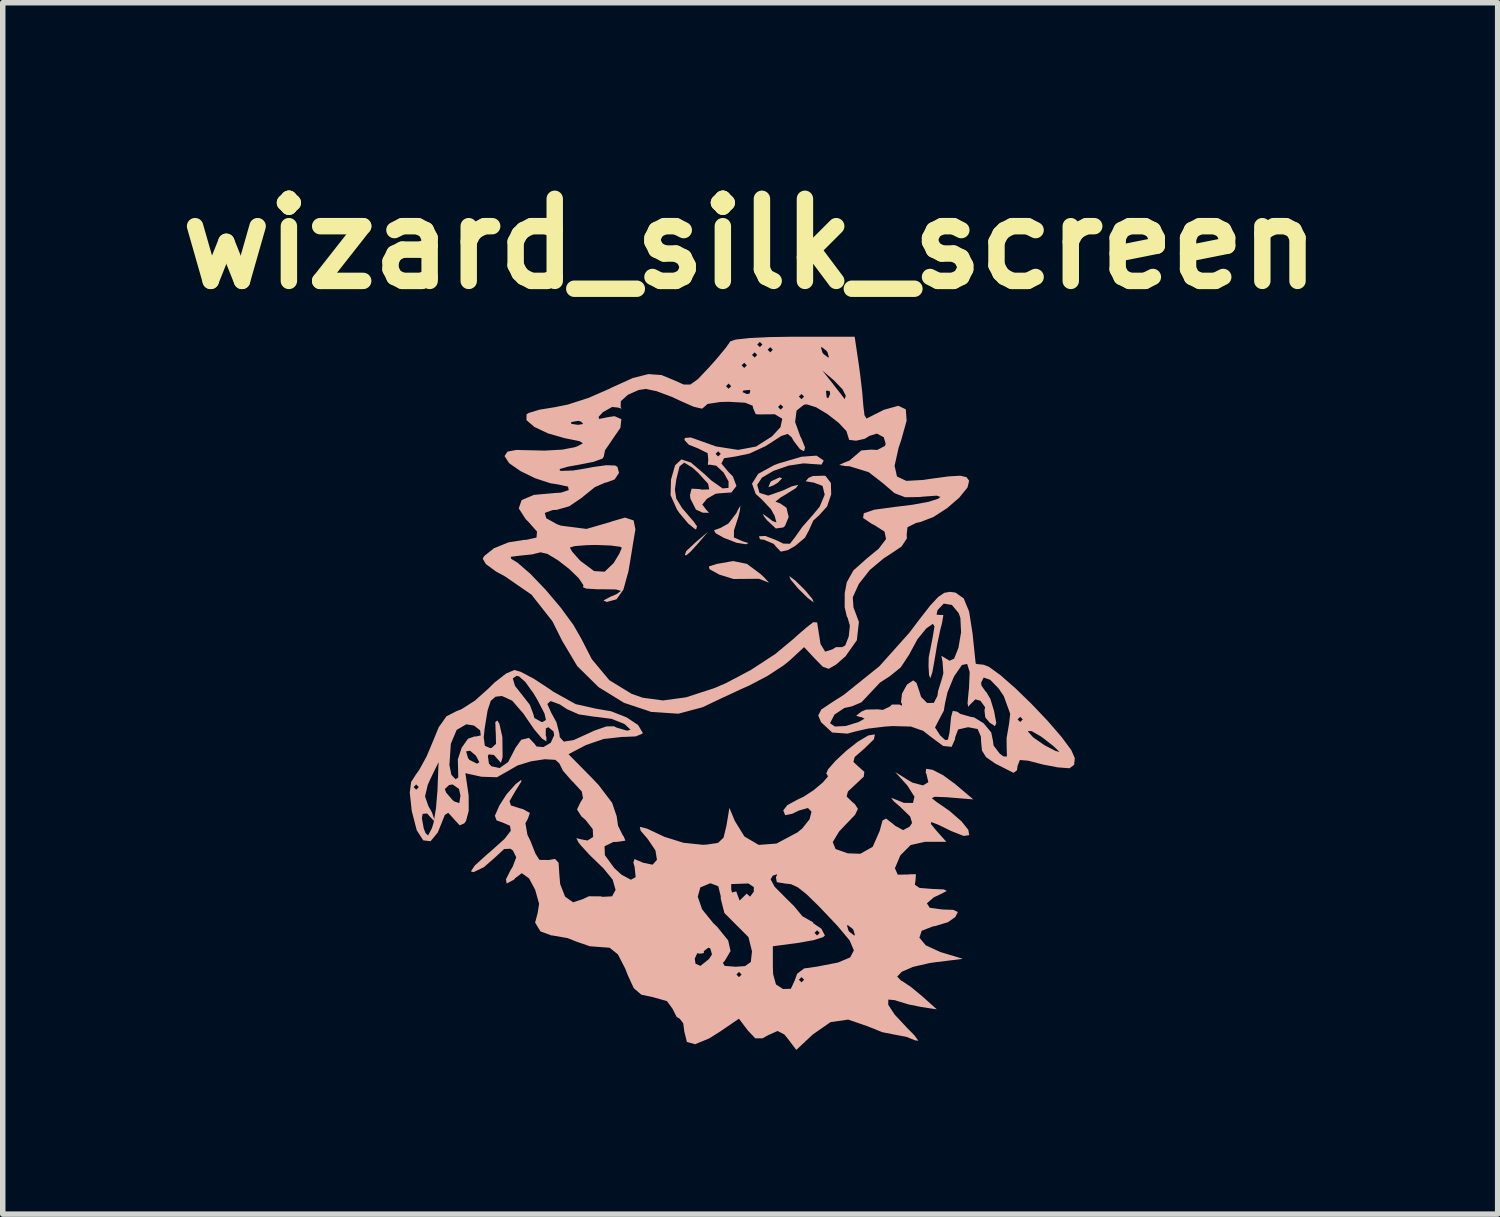
<source format=kicad_pcb>
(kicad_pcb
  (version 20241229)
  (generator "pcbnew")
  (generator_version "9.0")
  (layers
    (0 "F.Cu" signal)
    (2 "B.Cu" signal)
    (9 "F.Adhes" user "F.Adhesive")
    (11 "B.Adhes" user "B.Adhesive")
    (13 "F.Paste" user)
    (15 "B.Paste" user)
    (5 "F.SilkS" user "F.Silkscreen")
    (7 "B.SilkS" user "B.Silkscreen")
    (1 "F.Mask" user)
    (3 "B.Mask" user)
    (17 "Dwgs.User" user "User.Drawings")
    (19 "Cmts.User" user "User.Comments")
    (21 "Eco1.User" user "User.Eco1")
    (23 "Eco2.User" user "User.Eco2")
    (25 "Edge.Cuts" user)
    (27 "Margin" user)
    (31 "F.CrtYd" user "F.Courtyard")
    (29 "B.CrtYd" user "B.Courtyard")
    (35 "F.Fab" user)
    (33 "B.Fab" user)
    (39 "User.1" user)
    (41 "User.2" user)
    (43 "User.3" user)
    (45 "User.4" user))
  (footprint "wizard_silk_screen"
    (layer "F.Cu")
    (at 10.657 9.904)
    (property "Reference" "wizard_silk_screen" (at 0 -8.5 0) (layer "F.SilkS") (effects (font (size 1.5 1.5) (thickness 0.3))))
    (attr board_only exclude_from_pos_files exclude_from_bom)
    (fp_poly (pts (xy -0.989 -3.053) (xy -1.169 -2.885) (xy -1.195 -2.811) (xy -1.171 -2.806) (xy -1.093 -2.871) (xy -0.957 -3.02) (xy -0.775 -3.234)) (stroke (width 0) (type solid)) (fill yes) (layer "B.SilkS"))
    (fp_poly (pts (xy 0.387 -4.164) (xy 0.366 -4.138) (xy 0.333 -4.053) (xy 0.423 -4.085) (xy 0.509 -4.138) (xy 0.582 -4.215) (xy 0.538 -4.232)) (stroke (width 0) (type solid)) (fill yes) (layer "B.SilkS"))
    (fp_poly (pts (xy 0.738 -2.366) (xy 0.861 -2.219) (xy 0.889 -2.188) (xy 1.052 -2.028) (xy 1.155 -1.951) (xy 1.16 -1.95) (xy 1.136 -2.01) (xy 1.014 -2.157) (xy 0.985 -2.188) (xy 0.822 -2.348) (xy 0.719 -2.425) (xy 0.714 -2.426)) (stroke (width 0) (type solid)) (fill yes) (layer "B.SilkS"))
    (fp_poly (pts (xy -0.612 -2.65) (xy -0.754 -2.605) (xy -0.745 -2.556) (xy -0.578 -2.462) (xy -0.568 -2.456) (xy -0.305 -2.375) (xy -0.08 -2.377) (xy 0.16 -2.379) (xy 0.304 -2.323) (xy 0.344 -2.307) (xy 0.26 -2.399) (xy 0.194 -2.462) (xy -0.059 -2.651) (xy -0.312 -2.703)) (stroke (width 0) (type solid)) (fill yes) (layer "B.SilkS"))
    (fp_poly (pts (xy -0.224 -3.64) (xy -0.25 -3.582) (xy -0.397 -3.39) (xy -0.541 -3.309) (xy -0.661 -3.266) (xy -0.632 -3.211) (xy -0.482 -3.127) (xy -0.247 -3.036) (xy -0.075 -3.01) (xy -0.032 -3.032) (xy -0.14 -3.065) (xy -0.298 -3.134) (xy -0.296 -3.266) (xy -0.22 -3.499) (xy -0.191 -3.615) (xy -0.179 -3.714)) (stroke (width 0) (type solid)) (fill yes) (layer "B.SilkS"))
    (fp_poly (pts (xy 1.146 -4.257) (xy 1.066 -4.223) (xy 1.013 -4.161) (xy 1.136 -4.14) (xy 1.151 -4.14) (xy 1.322 -4.076) (xy 1.361 -3.915) (xy 1.269 -3.696) (xy 1.144 -3.545) (xy 0.953 -3.329) (xy 0.819 -3.139) (xy 0.726 -3.019) (xy 0.604 -3.022) (xy 0.47 -3.087) (xy 0.275 -3.162) (xy 0.16 -3.155) (xy 0.179 -3.101) (xy 0.251 -3.092) (xy 0.429 -3.017) (xy 0.481 -2.955) (xy 0.559 -2.875) (xy 0.685 -2.902) (xy 0.818 -2.977) (xy 1.001 -3.13) (xy 1.08 -3.278) (xy 1.08 -3.281) (xy 1.153 -3.444) (xy 1.258 -3.538) (xy 1.405 -3.701) (xy 1.48 -3.922) (xy 1.474 -4.13) (xy 1.378 -4.256) (xy 1.358 -4.263)) (stroke (width 0) (type solid)) (fill yes) (layer "B.SilkS"))
    (fp_poly (pts (xy 0.936 -4.609) (xy 0.521 -4.487) (xy 0.438 -4.456) (xy 0.146 -4.297) (xy 0.033 -4.117) (xy 0.101 -3.928) (xy 0.206 -3.834) (xy 0.379 -3.651) (xy 0.446 -3.53) (xy 0.479 -3.409) (xy 0.411 -3.432) (xy 0.345 -3.483) (xy 0.23 -3.566) (xy 0.252 -3.519) (xy 0.307 -3.449) (xy 0.468 -3.298) (xy 0.604 -3.317) (xy 0.636 -3.345) (xy 0.703 -3.508) (xy 0.663 -3.677) (xy 0.54 -3.761) (xy 0.533 -3.761) (xy 0.462 -3.789) (xy 0.561 -3.869) (xy 0.628 -3.907) (xy 0.836 -4.037) (xy 0.88 -4.097) (xy 0.765 -4.07) (xy 0.601 -3.994) (xy 0.329 -3.899) (xy 0.17 -3.948) (xy 0.128 -4.095) (xy 0.213 -4.226) (xy 0.424 -4.351) (xy 0.699 -4.446) (xy 0.977 -4.488) (xy 1.111 -4.478) (xy 1.303 -4.465) (xy 1.341 -4.535) (xy 1.338 -4.543) (xy 1.212 -4.629)) (stroke (width 0) (type solid)) (fill yes) (layer "B.SilkS"))
    (fp_poly (pts (xy 3.545 -2.122) (xy 3.436 -2.048) (xy 3.29 -1.891) (xy 3.08 -1.622) (xy 2.909 -1.395) (xy 2.361 -0.782) (xy 1.708 -0.257) (xy 1.498 -0.124) (xy 1.299 0.01) (xy 1.243 0.119) (xy 1.295 0.242) (xy 1.498 0.43) (xy 1.778 0.45) (xy 1.919 0.411) (xy 2.148 0.359) (xy 2.466 0.321) (xy 2.605 0.312) (xy 2.935 0.321) (xy 3.16 0.399) (xy 3.293 0.503) (xy 3.526 0.676) (xy 3.68 0.692) (xy 3.743 0.551) (xy 3.743 0.523) (xy 3.799 0.374) (xy 3.981 0.333) (xy 4.155 0.366) (xy 4.215 0.504) (xy 4.219 0.602) (xy 4.235 0.76) (xy 4.309 0.88) (xy 4.479 0.998) (xy 4.782 1.152) (xy 4.814 1.166) (xy 4.874 1.12) (xy 4.885 1.041) (xy 4.927 0.932) (xy 5.083 0.945) (xy 5.099 0.95) (xy 5.351 1.015) (xy 5.622 1.067) (xy 5.834 1.083) (xy 5.919 1.02) (xy 5.931 0.898) (xy 5.881 0.784) (xy 5.646 0.784) (xy 5.575 0.765) (xy 5.399 0.673) (xy 5.361 0.651) (xy 5.17 0.518) (xy 5.077 0.414) (xy 5.075 0.405) (xy 5.141 0.404) (xy 5.305 0.498) (xy 5.361 0.538) (xy 5.546 0.683) (xy 5.642 0.776) (xy 5.646 0.784) (xy 5.881 0.784) (xy 5.865 0.749) (xy 5.689 0.511) (xy 5.437 0.22) (xy 5.409 0.19) (xy 4.98 0.19) (xy 4.933 0.238) (xy 4.885 0.19) (xy 4.933 0.143) (xy 4.98 0.19) (xy 5.409 0.19) (xy 5.311 0.087) (xy 4.75 0.087) (xy 4.731 0.263) (xy 4.684 0.534) (xy 4.686 0.709) (xy 4.691 0.868) (xy 4.626 0.866) (xy 4.558 0.814) (xy 4.447 0.668) (xy 4.436 0.585) (xy 4.404 0.429) (xy 4.266 0.261) (xy 4.09 0.153) (xy 4.027 0.143) (xy 3.835 0.088) (xy 3.783 0.049) (xy 3.701 0.035) (xy 3.671 0.144) (xy 3.642 0.43) (xy 3.613 0.56) (xy 3.564 0.568) (xy 3.476 0.487) (xy 3.47 0.481) (xy 3.377 0.338) (xy 3.438 0.219) (xy 3.537 0.032) (xy 3.557 -0.09) (xy 3.604 -0.303) (xy 3.713 -0.569) (xy 3.733 -0.608) (xy 3.869 -0.804) (xy 3.964 -0.823) (xy 4.01 -0.675) (xy 3.997 -0.37) (xy 3.989 -0.306) (xy 3.971 -0.101) (xy 3.986 -0.037) (xy 4.005 -0.068) (xy 4.115 -0.176) (xy 4.207 -0.15) (xy 4.292 -0.032) (xy 4.28 0.026) (xy 4.295 0.154) (xy 4.375 0.249) (xy 4.472 0.314) (xy 4.496 0.257) (xy 4.458 0.048) (xy 4.458 0.046) (xy 4.389 -0.183) (xy 4.313 -0.311) (xy 4.303 -0.317) (xy 4.226 -0.426) (xy 4.219 -0.481) (xy 4.266 -0.575) (xy 4.385 -0.533) (xy 4.539 -0.375) (xy 4.634 -0.234) (xy 4.75 0.087) (xy 5.311 0.087) (xy 5.144 -0.089) (xy 4.843 -0.381) (xy 4.57 -0.62) (xy 4.358 -0.773) (xy 4.262 -0.809) (xy 4.135 -0.822) (xy 4.12 -0.832) (xy 4.109 -0.932) (xy 4.085 -1.164) (xy 4.063 -1.379) (xy 4.059 -1.403) (xy 3.853 -1.403) (xy 3.805 -1.119) (xy 3.726 -0.92) (xy 3.642 -0.882) (xy 3.583 -0.918) (xy 3.493 -0.972) (xy 3.512 -0.873) (xy 3.514 -0.87) (xy 3.529 -0.651) (xy 3.501 -0.547) (xy 3.433 -0.328) (xy 3.42 -0.238) (xy 3.355 -0.112) (xy 3.232 -0.11) (xy 3.123 -0.219) (xy 3.095 -0.309) (xy 3.039 -0.476) (xy 2.979 -0.523) (xy 2.865 -0.447) (xy 2.774 -0.282) (xy 2.755 -0.126) (xy 2.772 -0.092) (xy 2.773 -0.06) (xy 2.727 -0.081) (xy 2.589 -0.081) (xy 2.553 -0.045) (xy 2.422 0.017) (xy 2.332 0.006) (xy 2.118 0.011) (xy 2.031 0.048) (xy 1.936 0.123) (xy 2.008 0.146) (xy 2.031 0.148) (xy 2.09 0.176) (xy 1.983 0.238) (xy 1.743 0.311) (xy 1.547 0.32) (xy 1.461 0.262) (xy 1.46 0.257) (xy 1.54 0.102) (xy 1.722 -0.019) (xy 1.858 -0.048) (xy 2.031 -0.121) (xy 2.173 -0.271) (xy 2.372 -0.483) (xy 2.553 -0.6) (xy 2.751 -0.761) (xy 2.911 -1.004) (xy 2.917 -1.019) (xy 3.057 -1.276) (xy 3.215 -1.469) (xy 3.221 -1.475) (xy 3.338 -1.557) (xy 3.367 -1.509) (xy 3.337 -1.326) (xy 3.291 -1.092) (xy 3.262 -0.945) (xy 3.258 -0.788) (xy 3.268 -0.618) (xy 3.292 -0.562) (xy 3.329 -0.675) (xy 3.362 -0.86) (xy 3.418 -1.188) (xy 3.478 -1.47) (xy 3.503 -1.561) (xy 3.53 -1.717) (xy 3.469 -1.719) (xy 3.405 -1.723) (xy 3.423 -1.807) (xy 3.537 -1.926) (xy 3.686 -1.9) (xy 3.811 -1.749) (xy 3.84 -1.664) (xy 3.853 -1.403) (xy 4.059 -1.403) (xy 4 -1.78) (xy 3.901 -2.02) (xy 3.749 -2.128) (xy 3.644 -2.14)) (stroke (width 0) (type solid)) (fill yes) (layer "B.SilkS"))
    (fp_poly (pts (xy 0.349 -6.795) (xy -0.016 -6.777) (xy -0.266 -6.75) (xy -0.363 -6.718) (xy -0.441 -6.606) (xy -0.606 -6.406) (xy -0.748 -6.246) (xy -0.955 -6.027) (xy -1.093 -5.928) (xy -1.215 -5.928) (xy -1.366 -5.996) (xy -1.619 -6.101) (xy -1.861 -6.119) (xy -2.145 -6.047) (xy -2.525 -5.875) (xy -2.583 -5.846) (xy -2.954 -5.684) (xy -3.333 -5.562) (xy -3.577 -5.513) (xy -3.854 -5.468) (xy -4.049 -5.408) (xy -4.087 -5.383) (xy -4.088 -5.278) (xy -3.945 -5.154) (xy -3.696 -5.036) (xy -3.382 -4.946) (xy -3.348 -4.94) (xy -3.118 -4.893) (xy -3.057 -4.855) (xy -3.145 -4.806) (xy -3.205 -4.783) (xy -3.433 -4.739) (xy -3.76 -4.721) (xy -3.962 -4.726) (xy -4.273 -4.733) (xy -4.434 -4.703) (xy -4.485 -4.627) (xy -4.485 -4.615) (xy -4.404 -4.491) (xy -4.198 -4.347) (xy -3.927 -4.215) (xy -3.649 -4.124) (xy -3.511 -4.103) (xy -3.329 -4.063) (xy -3.315 -4) (xy -3.457 -3.953) (xy -3.558 -3.947) (xy -3.951 -3.912) (xy -4.176 -3.817) (xy -4.229 -3.666) (xy -4.102 -3.468) (xy -4.057 -3.425) (xy -3.895 -3.241) (xy -3.905 -3.132) (xy -4.089 -3.091) (xy -4.129 -3.09) (xy -4.415 -3.045) (xy -4.683 -2.936) (xy -4.86 -2.795) (xy -4.887 -2.746) (xy -4.829 -2.647) (xy -4.644 -2.511) (xy -4.487 -2.427) (xy -3.996 -2.089) (xy -3.613 -1.601) (xy -3.437 -1.248) (xy -3.16 -0.783) (xy -2.769 -0.398) (xy -2.306 -0.113) (xy -1.807 0.054) (xy -1.312 0.086) (xy -0.87 -0.032) (xy -0.549 -0.185) (xy -0.174 -0.359) (xy -0.014 -0.431) (xy 0.314 -0.603) (xy 0.612 -0.798) (xy 0.723 -0.888) (xy 0.985 -1.13) (xy 1.179 -0.922) (xy 1.326 -0.772) (xy 1.434 -0.734) (xy 1.567 -0.81) (xy 1.741 -0.962) (xy 1.949 -1.257) (xy 1.986 -1.592) (xy 1.887 -1.857) (xy 1.874 -2.041) (xy 1.985 -2.285) (xy 2.185 -2.54) (xy 2.444 -2.756) (xy 2.51 -2.797) (xy 2.766 -2.969) (xy 2.863 -3.117) (xy 2.859 -3.189) (xy 2.874 -3.321) (xy 3.031 -3.399) (xy 3.112 -3.417) (xy 3.344 -3.506) (xy 3.596 -3.668) (xy 3.822 -3.863) (xy 3.831 -3.875) (xy 3.476 -3.875) (xy 3.431 -3.84) (xy 3.257 -3.785) (xy 2.961 -3.731) (xy 2.652 -3.693) (xy 2.271 -3.642) (xy 2.076 -3.576) (xy 2.062 -3.49) (xy 2.224 -3.381) (xy 2.269 -3.36) (xy 2.454 -3.241) (xy 2.482 -3.105) (xy 2.348 -2.929) (xy 2.134 -2.753) (xy 1.886 -2.533) (xy 1.764 -2.315) (xy 1.727 -2.115) (xy 1.726 -1.859) (xy 1.766 -1.687) (xy 1.779 -1.67) (xy 1.821 -1.523) (xy 1.801 -1.328) (xy 1.737 -1.162) (xy 1.678 -1.13) (xy 1.567 -1.13) (xy 1.501 -1.089) (xy 1.37 -1.048) (xy 1.285 -1.186) (xy 1.249 -1.415) (xy 1.223 -1.581) (xy 1.152 -1.586) (xy 1.035 -1.495) (xy 0.873 -1.356) (xy 0.794 -1.284) (xy 0.457 -1.004) (xy 0.017 -0.716) (xy -0.446 -0.471) (xy -0.656 -0.381) (xy -1.174 -0.213) (xy -1.593 -0.156) (xy -1.966 -0.206) (xy -2.167 -0.277) (xy -2.575 -0.527) (xy -2.895 -0.912) (xy -3.086 -1.284) (xy -3.232 -1.539) (xy -3.462 -1.852) (xy -3.736 -2.177) (xy -4.013 -2.466) (xy -4.252 -2.674) (xy -4.366 -2.743) (xy -4.376 -2.78) (xy -4.232 -2.799) (xy -3.982 -2.825) (xy -3.831 -2.863) (xy -3.706 -2.834) (xy -3.514 -2.719) (xy -3.307 -2.558) (xy -3.135 -2.392) (xy -3.048 -2.263) (xy -3.054 -2.224) (xy -2.997 -2.2) (xy -2.805 -2.188) (xy -2.72 -2.188) (xy -2.451 -2.184) (xy -2.361 -2.157) (xy -2.442 -2.098) (xy -2.559 -2.048) (xy -2.682 -1.982) (xy -2.621 -1.956) (xy -2.618 -1.956) (xy -2.443 -2.004) (xy -2.317 -2.181) (xy -2.225 -2.514) (xy -2.199 -2.664) (xy -2.153 -2.946) (xy -2.345 -2.946) (xy -2.392 -2.837) (xy -2.495 -2.666) (xy -2.66 -2.508) (xy -2.853 -2.52) (xy -3.098 -2.703) (xy -3.123 -2.728) (xy -3.253 -2.875) (xy -3.296 -2.949) (xy -3.211 -2.976) (xy -2.992 -2.993) (xy -2.821 -2.997) (xy -2.549 -2.987) (xy -2.377 -2.964) (xy -2.345 -2.946) (xy -2.153 -2.946) (xy -2.15 -2.968) (xy -2.11 -3.207) (xy -2.097 -3.28) (xy -2.13 -3.445) (xy -2.287 -3.497) (xy -2.532 -3.426) (xy -2.549 -3.418) (xy -2.992 -3.29) (xy -3.458 -3.35) (xy -3.528 -3.375) (xy -3.726 -3.485) (xy -3.753 -3.582) (xy -3.609 -3.635) (xy -3.533 -3.639) (xy -3.306 -3.704) (xy -3.069 -3.865) (xy -3.044 -3.888) (xy -2.836 -4.055) (xy -2.649 -4.136) (xy -2.628 -4.138) (xy -2.477 -4.194) (xy -2.397 -4.314) (xy -2.426 -4.425) (xy -2.469 -4.449) (xy -2.629 -4.454) (xy -2.885 -4.419) (xy -2.955 -4.404) (xy -3.232 -4.358) (xy -3.448 -4.35) (xy -3.478 -4.355) (xy -3.48 -4.385) (xy -3.327 -4.428) (xy -3.13 -4.463) (xy -2.861 -4.516) (xy -2.7 -4.575) (xy -2.676 -4.611) (xy -2.653 -4.726) (xy -2.533 -4.901) (xy -2.533 -4.902) (xy -2.371 -5.139) (xy -2.364 -5.207) (xy -3.052 -5.207) (xy -3.146 -5.192) (xy -3.269 -5.21) (xy -3.271 -5.242) (xy -3.143 -5.265) (xy -3.088 -5.25) (xy -3.052 -5.207) (xy -2.364 -5.207) (xy -2.354 -5.295) (xy -2.478 -5.35) (xy -2.594 -5.333) (xy -2.762 -5.299) (xy -2.769 -5.34) (xy -2.69 -5.424) (xy -2.524 -5.518) (xy -2.417 -5.508) (xy -2.349 -5.487) (xy -2.367 -5.517) (xy -2.364 -5.623) (xy -2.236 -5.74) (xy -2.041 -5.827) (xy -1.909 -5.848) (xy -1.711 -5.807) (xy -1.43 -5.702) (xy -1.272 -5.628) (xy -1.032 -5.522) (xy -0.88 -5.487) (xy -0.852 -5.509) (xy -0.777 -5.574) (xy -0.544 -5.609) (xy -0.395 -5.613) (xy -0.092 -5.596) (xy 0.044 -5.542) (xy 0.056 -5.489) (xy 0.101 -5.387) (xy 0.151 -5.382) (xy 0.45 -5.385) (xy 0.586 -5.303) (xy 0.553 -5.149) (xy 0.396 -4.979) (xy 0.106 -4.795) (xy -0.221 -4.734) (xy -0.623 -4.797) (xy -1.085 -4.961) (xy -1.191 -4.953) (xy -1.203 -4.917) (xy -1.123 -4.829) (xy -0.957 -4.763) (xy -0.778 -4.674) (xy -0.766 -4.557) (xy -0.774 -4.46) (xy -0.739 -4.464) (xy -0.62 -4.445) (xy -0.486 -4.32) (xy -0.395 -4.158) (xy -0.396 -4.04) (xy -0.504 -4.03) (xy -0.712 -4.177) (xy -0.825 -4.283) (xy -1.083 -4.503) (xy -1.257 -4.56) (xy -1.372 -4.453) (xy -1.447 -4.191) (xy -1.455 -3.906) (xy -1.339 -3.646) (xy -1.29 -3.576) (xy -1.13 -3.386) (xy -1.007 -3.287) (xy -0.988 -3.282) (xy -0.972 -3.338) (xy -1.03 -3.421) (xy -1.244 -3.67) (xy -1.351 -3.845) (xy -1.376 -4.008) (xy -1.351 -4.192) (xy -1.291 -4.433) (xy -1.205 -4.501) (xy -1.055 -4.409) (xy -0.948 -4.312) (xy -0.769 -4.115) (xy -0.748 -4.012) (xy -0.887 -4.008) (xy -0.926 -4.018) (xy -1.071 -4.026) (xy -1.1 -3.91) (xy -1.093 -3.843) (xy -0.992 -3.644) (xy -0.87 -3.587) (xy -0.753 -3.584) (xy -0.804 -3.642) (xy -0.876 -3.735) (xy -0.79 -3.841) (xy -0.635 -3.931) (xy -0.571 -3.94) (xy -0.343 -3.956) (xy -0.251 -4.075) (xy -0.318 -4.252) (xy -0.395 -4.328) (xy -0.526 -4.485) (xy -0.477 -4.582) (xy -0.265 -4.614) (xy -0.042 -4.661) (xy -0.538 -4.661) (xy -0.585 -4.614) (xy -0.633 -4.661) (xy -0.585 -4.709) (xy -0.538 -4.661) (xy -0.042 -4.661) (xy -0.014 -4.667) (xy 0.277 -4.801) (xy 0.352 -4.848) (xy 0.568 -4.988) (xy 0.684 -5.026) (xy 0.756 -4.966) (xy 0.796 -4.895) (xy 0.91 -4.747) (xy 0.984 -4.709) (xy 1.002 -4.779) (xy 0.932 -4.951) (xy 0.916 -4.978) (xy 0.821 -5.243) (xy 0.847 -5.453) (xy 0.93 -5.518) (xy 0.604 -5.518) (xy 0.556 -5.47) (xy 0.509 -5.518) (xy 0.556 -5.565) (xy 0.604 -5.518) (xy 0.93 -5.518) (xy 0.984 -5.56) (xy 1.036 -5.565) (xy 1.201 -5.514) (xy 1.413 -5.387) (xy 1.617 -5.228) (xy 1.758 -5.078) (xy 1.787 -4.984) (xy 1.808 -4.917) (xy 1.936 -4.902) (xy 2.093 -4.937) (xy 2.179 -4.99) (xy 2.314 -5.032) (xy 2.44 -4.965) (xy 2.476 -4.842) (xy 2.461 -4.806) (xy 2.322 -4.733) (xy 2.21 -4.739) (xy 2.03 -4.724) (xy 1.959 -4.663) (xy 1.814 -4.539) (xy 1.698 -4.493) (xy 1.627 -4.458) (xy 1.745 -4.438) (xy 1.814 -4.435) (xy 2.165 -4.327) (xy 2.423 -4.127) (xy 2.637 -3.943) (xy 2.83 -3.869) (xy 3.097 -3.873) (xy 3.158 -3.88) (xy 3.407 -3.898) (xy 3.476 -3.875) (xy 3.831 -3.875) (xy 3.971 -4.048) (xy 4 -4.171) (xy 3.952 -4.236) (xy 3.839 -4.262) (xy 3.625 -4.25) (xy 3.271 -4.202) (xy 3.163 -4.185) (xy 2.853 -4.168) (xy 2.682 -4.248) (xy 2.638 -4.444) (xy 2.712 -4.775) (xy 2.76 -4.916) (xy 2.858 -5.268) (xy 2.843 -5.475) (xy 2.707 -5.54) (xy 2.444 -5.467) (xy 2.126 -5.307) (xy 2.088 -5.368) (xy 2.067 -5.541) (xy 2.052 -5.725) (xy 1.746 -5.725) (xy 1.728 -5.661) (xy 1.721 -5.668) (xy 1.656 -5.755) (xy 1.46 -5.755) (xy 1.425 -5.677) (xy 1.397 -5.692) (xy 1.395 -5.708) (xy 0.985 -5.708) (xy 0.937 -5.66) (xy 0.889 -5.708) (xy 0.937 -5.755) (xy 0.985 -5.708) (xy 1.395 -5.708) (xy 1.385 -5.805) (xy 1.397 -5.819) (xy 0.002 -5.819) (xy -0.011 -5.762) (xy -0.062 -5.755) (xy -0.14 -5.79) (xy -0.125 -5.819) (xy -0.012 -5.83) (xy 0.002 -5.819) (xy 1.397 -5.819) (xy 1.453 -5.806) (xy 1.46 -5.755) (xy 1.656 -5.755) (xy 1.65 -5.763) (xy 1.544 -5.898) (xy -0.347 -5.898) (xy -0.395 -5.851) (xy -0.442 -5.898) (xy -0.395 -5.946) (xy -0.347 -5.898) (xy 1.544 -5.898) (xy 1.513 -5.938) (xy 1.507 -5.946) (xy 1.318 -6.184) (xy 1.532 -6.002) (xy 1.686 -5.842) (xy 1.746 -5.725) (xy 2.052 -5.725) (xy 2.047 -5.79) (xy 2.007 -6.127) (xy 1.986 -6.279) (xy -0.062 -6.279) (xy -0.109 -6.231) (xy -0.157 -6.279) (xy -0.109 -6.326) (xy -0.062 -6.279) (xy 1.986 -6.279) (xy 1.983 -6.302) (xy 1.964 -6.428) (xy 1.437 -6.428) (xy 1.424 -6.421) (xy 1.362 -6.469) (xy 0.128 -6.469) (xy 0.081 -6.421) (xy 0.033 -6.469) (xy 0.081 -6.516) (xy 0.128 -6.469) (xy 1.362 -6.469) (xy 1.337 -6.488) (xy 1.318 -6.516) (xy 1.305 -6.564) (xy 0.414 -6.564) (xy 0.366 -6.516) (xy 0.319 -6.564) (xy 0.366 -6.612) (xy 0.414 -6.564) (xy 1.305 -6.564) (xy 1.293 -6.605) (xy 1.306 -6.612) (xy 1.393 -6.545) (xy 1.413 -6.516) (xy 1.437 -6.428) (xy 1.964 -6.428) (xy 1.93 -6.659) (xy 0.224 -6.659) (xy 0.176 -6.612) (xy 0.128 -6.659) (xy 0.176 -6.707) (xy 0.224 -6.659) (xy 1.93 -6.659) (xy 1.909 -6.802) (xy 0.789 -6.802)) (stroke (width 0) (type solid)) (fill yes) (layer "B.SilkS"))
    (fp_poly (pts (xy -4.46 -0.648) (xy -4.673 -0.482) (xy -4.785 -0.372) (xy -5.031 -0.152) (xy -5.277 0.005) (xy -5.365 0.039) (xy -5.55 0.134) (xy -5.692 0.335) (xy -5.785 0.563) (xy -5.913 0.867) (xy -6.049 1.116) (xy -6.105 1.192) (xy -6.195 1.334) (xy -6.22 1.528) (xy -6.187 1.836) (xy -6.182 1.871) (xy -6.093 2.215) (xy -5.974 2.4) (xy -5.84 2.416) (xy -5.709 2.257) (xy -5.658 2.133) (xy -5.613 2.02) (xy -5.771 2.02) (xy -5.777 2.029) (xy -5.786 2.082) (xy -5.817 2.181) (xy -5.885 2.311) (xy -5.932 2.267) (xy -5.965 2.181) (xy -5.999 1.994) (xy -5.984 1.916) (xy -5.904 1.909) (xy -5.854 1.964) (xy -5.784 2.039) (xy -5.777 2.029) (xy -5.774 2.011) (xy -5.771 2.02) (xy -5.613 2.02) (xy -5.58 1.936) (xy -5.517 1.897) (xy -5.426 1.996) (xy -5.419 2.006) (xy -5.307 2.126) (xy -5.224 2.09) (xy -5.192 2.045) (xy -5.143 1.862) (xy -5.144 1.593) (xy -5.145 1.581) (xy -5.294 1.581) (xy -5.315 1.719) (xy -5.404 1.691) (xy -5.437 1.665) (xy -5.556 1.527) (xy -5.579 1.463) (xy -5.502 1.389) (xy -5.437 1.379) (xy -5.321 1.46) (xy -5.294 1.581) (xy -5.145 1.581) (xy -5.15 1.538) (xy -5.204 1.173) (xy -4.91 1.238) (xy -4.626 1.247) (xy -4.434 1.138) (xy -4.251 1.032) (xy -4.004 0.956) (xy -3.753 0.918) (xy -3.56 0.929) (xy -3.487 0.995) (xy -3.422 1.127) (xy -3.264 1.308) (xy -3.236 1.335) (xy -3.077 1.508) (xy -3.055 1.63) (xy -3.105 1.711) (xy -3.164 1.836) (xy -3.084 1.962) (xy -3.007 2.029) (xy -2.877 2.195) (xy -2.87 2.338) (xy -2.973 2.403) (xy -3.082 2.383) (xy -3.177 2.36) (xy -3.138 2.437) (xy -3.096 2.49) (xy -2.937 2.664) (xy -2.72 2.875) (xy -2.686 2.906) (xy -2.513 3.118) (xy -2.46 3.305) (xy -2.524 3.423) (xy -2.701 3.432) (xy -2.73 3.423) (xy -2.949 3.422) (xy -3.063 3.476) (xy -3.236 3.532) (xy -3.382 3.429) (xy -3.472 3.199) (xy -3.487 3.026) (xy -3.501 2.81) (xy -3.566 2.739) (xy -3.677 2.759) (xy -3.851 2.757) (xy -3.922 2.646) (xy -4.015 2.411) (xy -4.07 2.299) (xy -4.107 2.087) (xy -4.06 2.001) (xy -4.026 1.899) (xy -4.152 1.829) (xy -4.206 1.815) (xy -4.371 1.763) (xy -4.397 1.684) (xy -4.301 1.517) (xy -4.287 1.494) (xy -4.182 1.326) (xy -4.182 1.294) (xy -4.285 1.372) (xy -4.452 1.559) (xy -4.584 1.766) (xy -4.665 1.95) (xy -4.635 2.035) (xy -4.52 2.076) (xy -4.389 2.134) (xy -4.374 2.225) (xy -4.488 2.373) (xy -4.743 2.602) (xy -4.814 2.662) (xy -5.032 2.86) (xy -5.104 2.967) (xy -5.054 2.981) (xy -4.865 2.89) (xy -4.664 2.714) (xy -4.661 2.711) (xy -4.496 2.559) (xy -4.38 2.553) (xy -4.335 2.587) (xy -4.275 2.71) (xy -4.34 2.882) (xy -4.378 2.944) (xy -4.462 3.111) (xy -4.451 3.187) (xy -4.446 3.187) (xy -4.315 3.118) (xy -4.295 3.092) (xy -4.173 3) (xy -4.04 3.096) (xy -3.928 3.306) (xy -3.857 3.56) (xy -3.882 3.722) (xy -3.93 3.903) (xy -3.833 4.063) (xy -3.631 4.138) (xy -3.613 4.138) (xy -3.337 4.186) (xy -3.171 4.252) (xy -2.93 4.335) (xy -2.773 4.347) (xy -2.569 4.362) (xy -2.418 4.483) (xy -2.283 4.744) (xy -2.242 4.852) (xy -2.127 5.101) (xy -1.99 5.22) (xy -1.784 5.263) (xy -1.522 5.337) (xy -1.419 5.477) (xy -1.344 5.627) (xy -1.287 5.66) (xy -1.224 5.742) (xy -1.203 5.898) (xy -1.156 6.084) (xy -1.008 6.125) (xy -0.751 6.02) (xy -0.557 5.898) (xy -0.206 5.659) (xy -0.043 5.874) (xy 0.093 6.018) (xy 0.223 6.018) (xy 0.33 5.959) (xy 0.5 5.883) (xy 0.623 5.946) (xy 0.691 6.029) (xy 0.842 6.229) (xy 1.146 5.945) (xy 1.468 5.721) (xy 1.791 5.675) (xy 2.159 5.802) (xy 2.161 5.804) (xy 2.413 5.905) (xy 2.619 5.946) (xy 2.852 5.99) (xy 3.012 6.054) (xy 3.073 6.062) (xy 3.001 5.963) (xy 2.863 5.823) (xy 2.639 5.583) (xy 2.522 5.404) (xy 2.523 5.309) (xy 2.649 5.321) (xy 2.673 5.331) (xy 2.89 5.397) (xy 3.125 5.445) (xy 3.41 5.488) (xy 3.14 5.246) (xy 2.935 5.077) (xy 2.778 4.972) (xy 2.759 4.964) (xy 2.742 4.947) (xy 0.985 4.947) (xy 0.937 4.994) (xy 0.889 4.947) (xy 0.937 4.899) (xy 0.985 4.947) (xy 2.742 4.947) (xy 2.686 4.89) (xy 2.769 4.801) (xy 2.975 4.712) (xy 3.273 4.643) (xy 3.377 4.628) (xy 3.886 4.565) (xy 3.476 4.441) (xy 3.407 4.41) (xy 1.894 4.41) (xy 1.827 4.539) (xy 1.603 4.633) (xy 1.209 4.709) (xy 0.985 4.74) (xy 0.858 4.837) (xy 0.813 4.961) (xy 0.743 5.112) (xy 0.599 5.116) (xy 0.471 5.033) (xy 0.421 4.852) (xy -0.157 4.852) (xy -0.205 4.899) (xy -0.252 4.852) (xy -0.205 4.804) (xy -0.157 4.852) (xy 0.421 4.852) (xy 0.419 4.842) (xy 0.414 4.701) (xy 0.414 4.43) (xy 0.033 4.43) (xy 0.011 4.623) (xy -0.095 4.698) (xy -0.271 4.709) (xy -0.467 4.694) (xy -0.498 4.64) (xy -0.461 4.595) (xy -0.395 4.484) (xy -0.698 4.484) (xy -0.753 4.568) (xy -0.909 4.694) (xy -0.999 4.654) (xy -1.013 4.561) (xy -0.967 4.462) (xy -0.918 4.471) (xy -0.847 4.46) (xy -0.847 4.424) (xy -0.765 4.361) (xy -0.729 4.375) (xy -0.698 4.484) (xy -0.395 4.484) (xy -0.359 4.422) (xy -0.403 4.228) (xy -0.602 3.982) (xy -0.676 3.911) (xy -0.879 3.66) (xy -0.958 3.43) (xy -0.911 3.26) (xy -0.737 3.187) (xy -0.717 3.187) (xy -0.583 3.239) (xy -0.538 3.422) (xy -0.538 3.466) (xy -0.472 3.727) (xy -0.253 3.947) (xy -0.252 3.948) (xy -0.032 4.168) (xy 0.033 4.429) (xy 0.033 4.43) (xy 0.414 4.43) (xy 0.414 4.335) (xy 0.889 4.272) (xy 1.16 4.223) (xy 1.333 4.168) (xy 1.365 4.138) (xy 1.34 4.091) (xy 1.27 4.091) (xy 1.222 4.138) (xy 1.175 4.091) (xy 1.222 4.043) (xy 1.27 4.091) (xy 1.34 4.091) (xy 1.3 4.014) (xy 1.163 3.922) (xy 1.044 3.921) (xy 1.039 3.925) (xy 1.153 3.93) (xy 1.153 3.9) (xy 0.954 3.787) (xy 0.8 3.601) (xy 0.66 3.463) (xy 0.453 3.254) (xy 0.066 3.254) (xy 0.065 3.338) (xy -0.003 3.429) (xy -0.064 3.373) (xy -0.193 3.5) (xy -0.256 3.332) (xy -0.332 3.354) (xy -0.347 3.297) (xy -0.347 3.199) (xy -0.033 3.188) (xy 0.066 3.254) (xy 0.453 3.254) (xy 0.445 3.246) (xy 0.373 3.112) (xy 0.413 3.045) (xy 0.494 3.019) (xy 0.47 3.077) (xy 0.486 3.164) (xy 0.624 3.187) (xy 0.745 3.201) (xy 0.871 3.259) (xy 1.03 3.385) (xy 1.253 3.603) (xy 1.569 3.936) (xy 1.609 3.98) (xy 1.817 4.229) (xy 1.894 4.41) (xy 3.407 4.41) (xy 3.208 4.318) (xy 3.091 4.178) (xy 3.107 4.132) (xy 1.913 4.132) (xy 1.9 4.138) (xy 1.813 4.071) (xy 1.793 4.043) (xy 1.769 3.954) (xy 1.782 3.948) (xy 1.869 4.015) (xy 1.888 4.043) (xy 1.913 4.132) (xy 3.107 4.132) (xy 3.133 4.052) (xy 3.34 3.972) (xy 3.381 3.966) (xy 3.615 3.895) (xy 3.748 3.8) (xy 3.794 3.71) (xy 3.709 3.67) (xy 3.512 3.663) (xy 3.28 3.632) (xy 3.228 3.551) (xy 3.357 3.44) (xy 3.492 3.377) (xy 3.592 3.324) (xy 3.539 3.297) (xy 3.329 3.288) (xy 3.093 3.269) (xy 3.008 3.211) (xy 3.021 3.128) (xy 3.028 3.018) (xy 2.898 3.021) (xy 2.889 3.024) (xy 2.696 3.027) (xy 2.644 2.91) (xy 2.737 2.689) (xy 2.752 2.666) (xy 2.931 2.486) (xy 3.192 2.427) (xy 3.246 2.426) (xy 3.583 2.426) (xy 3.401 2.222) (xy 3.301 2.1) (xy 3.307 2.065) (xy 3.44 2.116) (xy 3.672 2.23) (xy 3.902 2.32) (xy 4.002 2.305) (xy 3.985 2.208) (xy 3.861 2.053) (xy 3.642 1.862) (xy 3.4 1.695) (xy 3.318 1.629) (xy 3.372 1.604) (xy 3.586 1.612) (xy 3.648 1.617) (xy 4.076 1.652) (xy 3.747 1.373) (xy 3.525 1.21) (xy 3.334 1.112) (xy 3.215 1.092) (xy 3.206 1.163) (xy 3.22 1.189) (xy 3.255 1.337) (xy 3.158 1.396) (xy 2.971 1.348) (xy 2.906 1.312) (xy 2.649 1.151) (xy 2.871 1.398) (xy 3.001 1.603) (xy 2.974 1.717) (xy 2.807 1.715) (xy 2.675 1.661) (xy 2.574 1.622) (xy 2.621 1.684) (xy 2.745 1.792) (xy 2.922 1.964) (xy 2.958 2.082) (xy 2.913 2.15) (xy 2.794 2.213) (xy 2.647 2.133) (xy 2.613 2.103) (xy 2.483 2.002) (xy 2.417 2.037) (xy 2.366 2.228) (xy 2.238 2.518) (xy 2.013 2.645) (xy 1.783 2.637) (xy 1.56 2.559) (xy 1.508 2.432) (xy 1.625 2.238) (xy 1.737 2.12) (xy 1.915 1.935) (xy 1.968 1.825) (xy 1.912 1.738) (xy 1.866 1.7) (xy 1.762 1.599) (xy 1.786 1.507) (xy 1.926 1.376) (xy 2.075 1.236) (xy 2.085 1.148) (xy 1.986 1.06) (xy 1.886 0.967) (xy 1.908 0.879) (xy 2.068 0.739) (xy 2.081 0.728) (xy 2.26 0.554) (xy 2.279 0.465) (xy 2.159 0.483) (xy 1.965 0.598) (xy 1.75 0.768) (xy 1.557 0.949) (xy 1.423 1.101) (xy 1.387 1.184) (xy 1.402 1.189) (xy 1.42 1.235) (xy 1.324 1.345) (xy 1.161 1.482) (xy 0.974 1.604) (xy 0.864 1.656) (xy 0.678 1.757) (xy 0.604 1.853) (xy 0.639 1.941) (xy 0.77 1.914) (xy 0.886 1.857) (xy 1.055 1.809) (xy 1.12 1.877) (xy 1.084 2.016) (xy 0.948 2.186) (xy 0.861 2.256) (xy 0.479 2.459) (xy 0.155 2.483) (xy -0.105 2.33) (xy -0.279 2.049) (xy -0.38 1.807) (xy -0.435 2.137) (xy -0.487 2.35) (xy -0.588 2.447) (xy -0.802 2.478) (xy -0.87 2.481) (xy -1.22 2.444) (xy -1.569 2.335) (xy -1.604 2.318) (xy -1.887 2.185) (xy -2.017 2.153) (xy -2.002 2.224) (xy -1.874 2.373) (xy -1.731 2.585) (xy -1.704 2.756) (xy -1.784 2.845) (xy -1.961 2.808) (xy -1.972 2.802) (xy -2.115 2.742) (xy -2.135 2.806) (xy -2.112 2.885) (xy -2.093 3.072) (xy -2.18 3.12) (xy -2.352 3.027) (xy -2.484 2.906) (xy -2.655 2.671) (xy -2.661 2.509) (xy -2.503 2.431) (xy -2.415 2.426) (xy -2.28 2.405) (xy -2.313 2.325) (xy -2.326 2.312) (xy -2.415 2.133) (xy -2.44 1.958) (xy -2.523 1.714) (xy -2.767 1.392) (xy -2.88 1.272) (xy -3.32 0.826) (xy -2.999 0.658) (xy -2.677 0.548) (xy -2.336 0.51) (xy -2.321 0.511) (xy -2.092 0.501) (xy -1.971 0.452) (xy -1.964 0.434) (xy -1.998 0.378) (xy -2.186 0.378) (xy -2.246 0.396) (xy -2.25 0.396) (xy -2.442 0.34) (xy -2.488 0.316) (xy -2.626 0.318) (xy -2.851 0.396) (xy -2.916 0.427) (xy -3.225 0.567) (xy -3.405 0.596) (xy -3.48 0.516) (xy -3.484 0.479) (xy -3.582 0.479) (xy -3.644 0.616) (xy -3.778 0.696) (xy -3.905 0.685) (xy -3.941 0.635) (xy -4.043 0.528) (xy -4.183 0.562) (xy -4.295 0.719) (xy -4.302 0.737) (xy -4.423 0.97) (xy -4.581 1.08) (xy -4.731 1.045) (xy -4.775 0.993) (xy -4.777 0.973) (xy -4.949 0.973) (xy -4.991 0.999) (xy -5.131 0.929) (xy -5.155 0.897) (xy -5.191 0.774) (xy -5.117 0.763) (xy -5.011 0.854) (xy -4.949 0.973) (xy -4.777 0.973) (xy -4.793 0.857) (xy -4.775 0.829) (xy -4.682 0.841) (xy -4.624 0.906) (xy -4.554 0.984) (xy -4.526 0.886) (xy -4.524 0.856) (xy -4.528 0.513) (xy -4.583 0.269) (xy -4.62 0.211) (xy -4.657 0.238) (xy -4.652 0.403) (xy -4.649 0.425) (xy -4.644 0.637) (xy -4.726 0.712) (xy -4.754 0.713) (xy -4.848 0.672) (xy -4.869 0.518) (xy -4.865 0.483) (xy -4.923 0.483) (xy -5.017 0.504) (xy -5.031 0.5) (xy -5.156 0.543) (xy -5.271 0.706) (xy -5.342 0.921) (xy -5.337 1.108) (xy -5.334 1.251) (xy -5.383 1.284) (xy -5.46 1.202) (xy -5.496 1.023) (xy -5.492 0.971) (xy -5.694 0.971) (xy -5.714 1.484) (xy -5.741 1.811) (xy -5.774 2.011) (xy -5.815 1.889) (xy -5.882 1.769) (xy -5.941 1.597) (xy -5.901 1.427) (xy -6.055 1.427) (xy -6.103 1.475) (xy -6.15 1.427) (xy -6.103 1.379) (xy -6.055 1.427) (xy -5.901 1.427) (xy -5.892 1.387) (xy -5.844 1.28) (xy -5.694 0.971) (xy -5.492 0.971) (xy -5.47 0.636) (xy -5.363 0.382) (xy -5.188 0.28) (xy -5.047 0.302) (xy -4.935 0.39) (xy -4.923 0.483) (xy -4.865 0.483) (xy -4.852 0.357) (xy -4.799 0.031) (xy -4.741 -0.148) (xy -4.655 -0.224) (xy -4.537 -0.238) (xy -4.348 -0.151) (xy -4.14 0.089) (xy -4.11 0.135) (xy -3.941 0.38) (xy -3.804 0.54) (xy -3.724 0.592) (xy -3.724 0.515) (xy -3.736 0.481) (xy -3.734 0.355) (xy -3.687 0.333) (xy -3.594 0.41) (xy -3.582 0.479) (xy -3.484 0.479) (xy -3.487 0.449) (xy -3.539 0.245) (xy -3.563 0.201) (xy -3.732 0.201) (xy -3.794 0.237) (xy -3.812 0.238) (xy -3.943 0.165) (xy -3.962 0.095) (xy -4.025 -0.074) (xy -4.152 -0.238) (xy -4.297 -0.422) (xy -4.338 -0.559) (xy -4.268 -0.605) (xy -4.224 -0.596) (xy -4.11 -0.495) (xy -3.958 -0.284) (xy -3.884 -0.159) (xy -3.759 0.082) (xy -3.732 0.201) (xy -3.563 0.201) (xy -3.635 0.069) (xy -3.707 -0.092) (xy -3.647 -0.145) (xy -3.48 -0.084) (xy -3.349 0.003) (xy -3.129 0.099) (xy -2.843 0.142) (xy -2.821 0.143) (xy -2.534 0.18) (xy -2.304 0.271) (xy -2.292 0.279) (xy -2.186 0.378) (xy -1.998 0.378) (xy -2.048 0.293) (xy -2.26 0.152) (xy -2.541 0.042) (xy -2.83 -0.008) (xy -3.189 -0.089) (xy -3.601 -0.318) (xy -3.67 -0.367) (xy -3.949 -0.55) (xy -4.186 -0.676) (xy -4.308 -0.713)) (stroke (width 0) (type solid)) (fill yes) (layer "B.SilkS")))
  (gr_rect
    (start -3 -3)
    (end 24.314 19.133)
    (stroke (width 0.1) (type default))
    (fill no)
    (layer "Edge.Cuts")))
</source>
